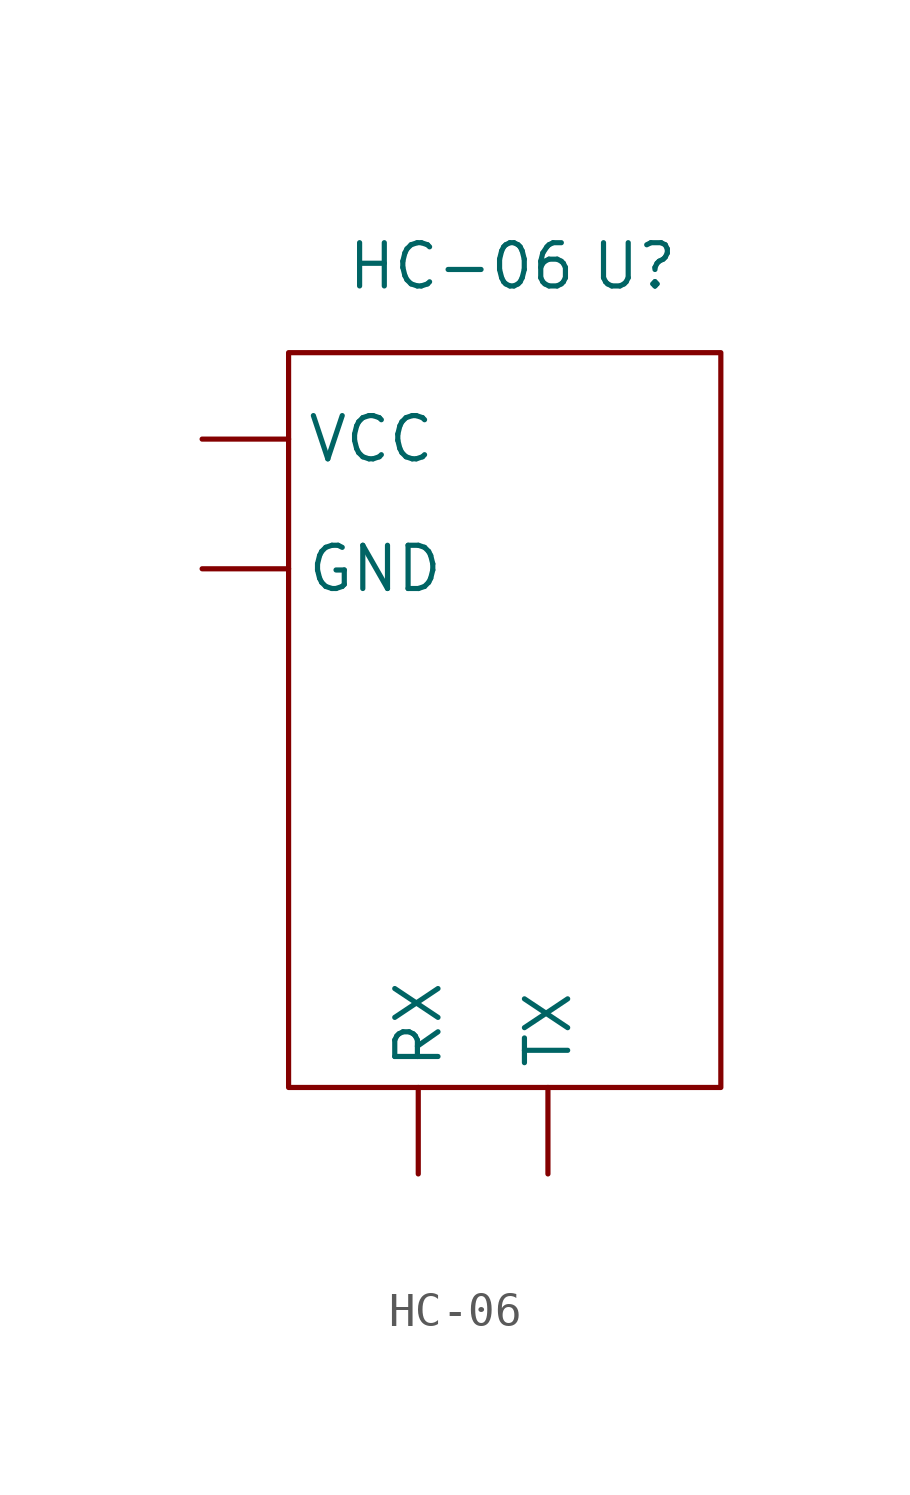
<source format=kicad_sym>
(kicad_symbol_lib
  (version 20211014)
  (generator kicad_symbol_editor)
  (symbol "HC-06"
    (property "Reference" "U"
      (at 7.62 3.81 0)
      (effects (font (size 1.27 1.27))))
    (property "Value" "HC-06"
      (at 2.54 3.81 0)
      (effects (font (size 1.27 1.27))))
    (symbol "HC-06_0_1"
      (rectangle (start -2.54 1.27) (end 10.16 -20.32) (stroke (width 0) (type default) (color 0 0 0 0)) (fill (type none))))
    (symbol "HC-06_1_1"
      (pin input line (at -5.08 -5.08 0) (length 2.54) (name "GND" (effects (font (size 1.27 1.27)))) (number "" (effects (font (size 1.27 1.27)))))
      (pin input line (at 1.27 -22.86 90) (length 2.54) (name "RX" (effects (font (size 1.27 1.27)))) (number "" (effects (font (size 1.27 1.27)))))
      (pin input line (at 5.08 -22.86 90) (length 2.54) (name "TX" (effects (font (size 1.27 1.27)))) (number "" (effects (font (size 1.27 1.27)))))
      (pin input line (at -5.08 -1.27 0) (length 2.54) (name "VCC" (effects (font (size 1.27 1.27)))) (number "" (effects (font (size 1.27 1.27))))))))
</source>
